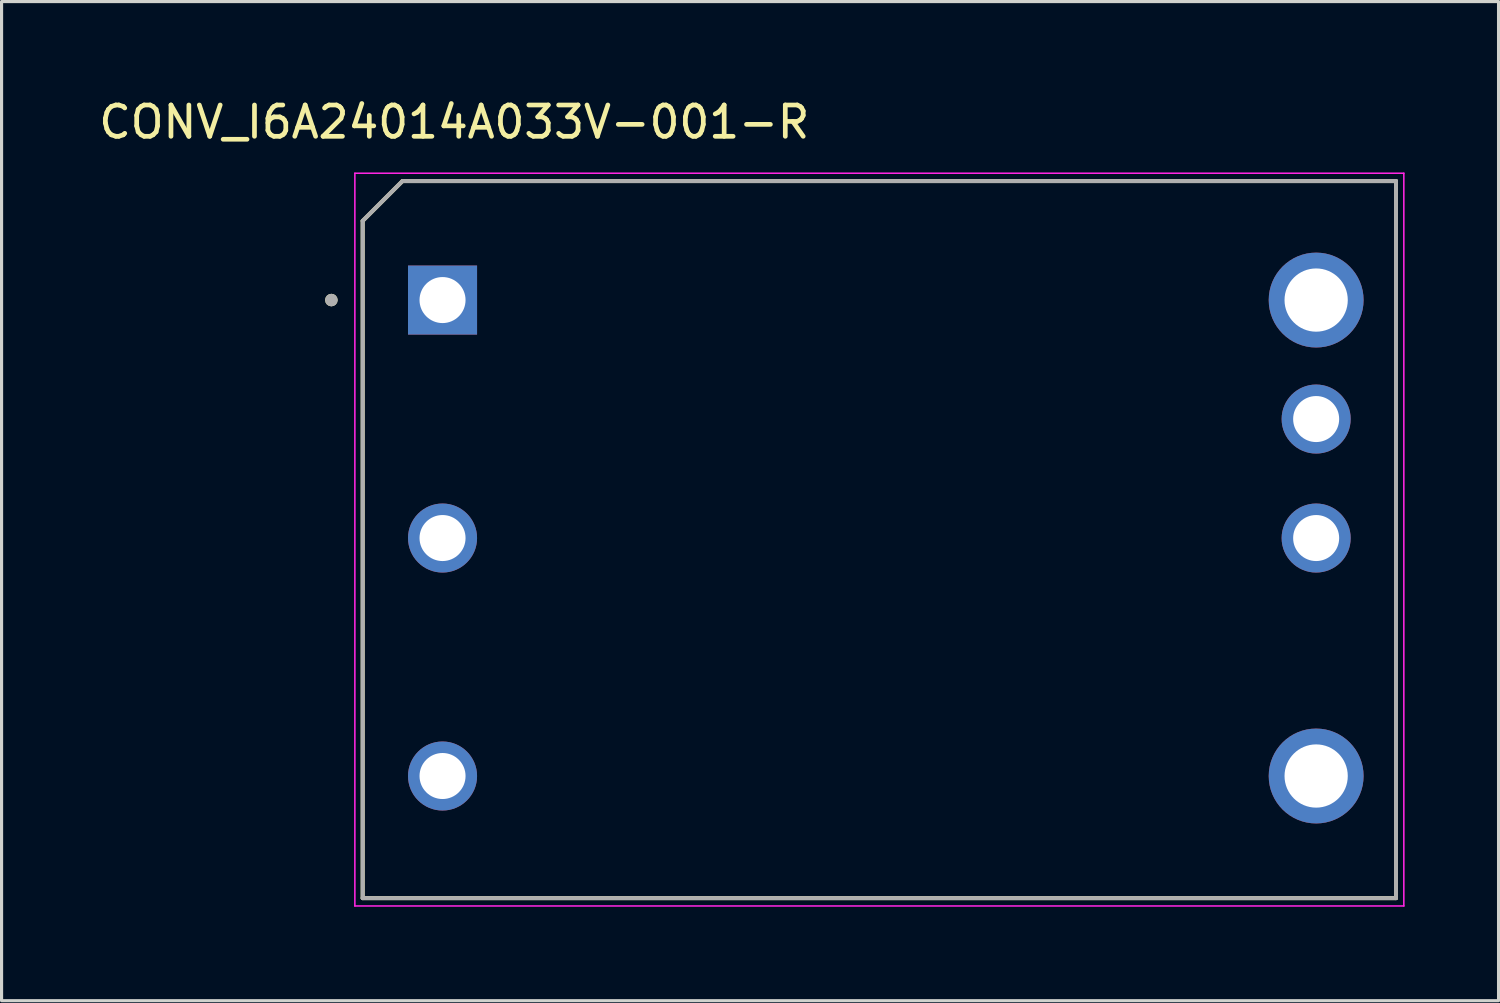
<source format=kicad_pcb>
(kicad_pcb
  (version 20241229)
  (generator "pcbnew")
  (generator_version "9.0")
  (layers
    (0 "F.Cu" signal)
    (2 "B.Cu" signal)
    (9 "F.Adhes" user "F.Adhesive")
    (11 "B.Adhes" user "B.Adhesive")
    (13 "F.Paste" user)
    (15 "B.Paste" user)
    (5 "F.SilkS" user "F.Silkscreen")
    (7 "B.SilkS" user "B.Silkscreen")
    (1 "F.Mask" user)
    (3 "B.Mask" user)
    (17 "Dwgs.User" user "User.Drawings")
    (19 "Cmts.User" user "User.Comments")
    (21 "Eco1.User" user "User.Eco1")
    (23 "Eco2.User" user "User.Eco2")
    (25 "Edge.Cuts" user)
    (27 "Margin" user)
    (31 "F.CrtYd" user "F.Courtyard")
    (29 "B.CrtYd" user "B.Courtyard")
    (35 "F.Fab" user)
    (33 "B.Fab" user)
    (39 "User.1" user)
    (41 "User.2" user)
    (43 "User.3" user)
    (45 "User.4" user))
  (footprint "CONV_I6A24014A033V-001-R"
    (layer "F.Cu")
    (at 25.033 14.183)
    (property "Reference" "CONV_I6A24014A033V-001-R" (at -13.575 -13.335 0) (layer "F.SilkS") (effects (font (size 1 1) (thickness 0.15))))
    (attr through_hole)
    (fp_line (start -16.5 -10.18) (end -15.23 -11.45) (stroke (width 0.127) (type solid)) (layer "F.SilkS"))
    (fp_line (start -16.5 11.45) (end -16.5 -10.18) (stroke (width 0.127) (type solid)) (layer "F.SilkS"))
    (fp_line (start -15.23 -11.45) (end 16.5 -11.45) (stroke (width 0.127) (type solid)) (layer "F.SilkS"))
    (fp_line (start 16.5 -11.45) (end 16.5 11.45) (stroke (width 0.127) (type solid)) (layer "F.SilkS"))
    (fp_line (start 16.5 11.45) (end -16.5 11.45) (stroke (width 0.127) (type solid)) (layer "F.SilkS"))
    (fp_circle (center -17.5 -7.65) (end -17.4 -7.65) (stroke (width 0.2) (type solid)) (fill no) (layer "F.SilkS"))
    (fp_line (start -16.75 -11.7) (end -16.75 11.7) (stroke (width 0.05) (type solid)) (layer "F.CrtYd"))
    (fp_line (start -16.75 11.7) (end 16.75 11.7) (stroke (width 0.05) (type solid)) (layer "F.CrtYd"))
    (fp_line (start 16.75 -11.7) (end -16.75 -11.7) (stroke (width 0.05) (type solid)) (layer "F.CrtYd"))
    (fp_line (start 16.75 11.7) (end 16.75 -11.7) (stroke (width 0.05) (type solid)) (layer "F.CrtYd"))
    (fp_line (start -16.5 -10.18) (end -15.23 -11.45) (stroke (width 0.127) (type solid)) (layer "F.Fab"))
    (fp_line (start -16.5 11.45) (end -16.5 -10.18) (stroke (width 0.127) (type solid)) (layer "F.Fab"))
    (fp_line (start -15.23 -11.45) (end 16.5 -11.45) (stroke (width 0.127) (type solid)) (layer "F.Fab"))
    (fp_line (start 16.5 -11.45) (end 16.5 11.45) (stroke (width 0.127) (type solid)) (layer "F.Fab"))
    (fp_line (start 16.5 11.45) (end -16.5 11.45) (stroke (width 0.127) (type solid)) (layer "F.Fab"))
    (fp_circle (center -17.5 -7.65) (end -17.4 -7.65) (stroke (width 0.2) (type solid)) (fill no) (layer "F.Fab"))
    (pad "1" thru_hole rect (at -13.95 -7.65) (size 2.205 2.205) (drill 1.47) (layers "*.Cu" "*.Mask"))
    (pad "2" thru_hole circle (at -13.95 -0.05) (size 2.205 2.205) (drill 1.47) (layers "*.Cu" "*.Mask"))
    (pad "3" thru_hole circle (at -13.95 7.55) (size 2.205 2.205) (drill 1.47) (layers "*.Cu" "*.Mask"))
    (pad "4" thru_hole circle (at 13.95 7.55) (size 3.03 3.03) (drill 2.02) (layers "*.Cu" "*.Mask"))
    (pad "6" thru_hole circle (at 13.95 -0.05) (size 2.205 2.205) (drill 1.47) (layers "*.Cu" "*.Mask"))
    (pad "7" thru_hole circle (at 13.95 -3.85) (size 2.205 2.205) (drill 1.47) (layers "*.Cu" "*.Mask"))
    (pad "8" thru_hole circle (at 13.95 -7.65) (size 3.03 3.03) (drill 2.02) (layers "*.Cu" "*.Mask")))
  (gr_rect
    (start -3 -3)
    (end 44.808 28.908)
    (stroke (width 0.1) (type default))
    (fill no)
    (layer "Edge.Cuts")))
</source>
